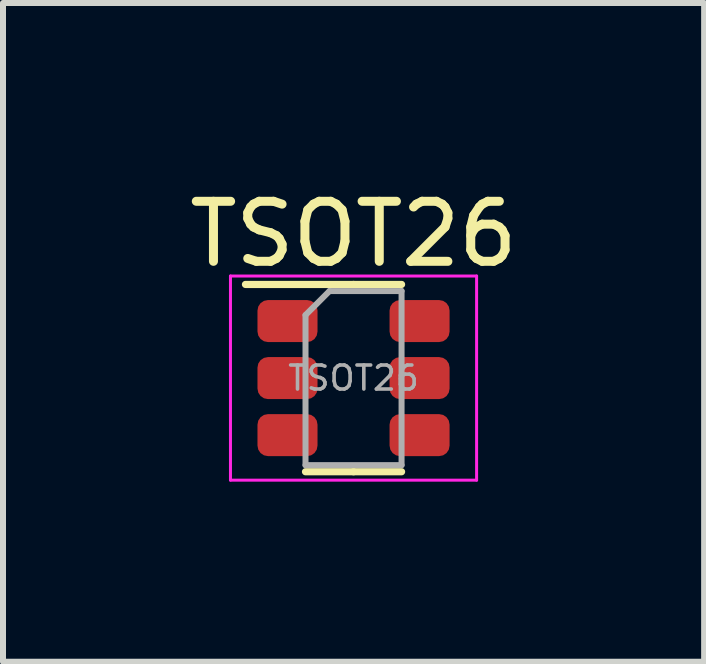
<source format=kicad_pcb>
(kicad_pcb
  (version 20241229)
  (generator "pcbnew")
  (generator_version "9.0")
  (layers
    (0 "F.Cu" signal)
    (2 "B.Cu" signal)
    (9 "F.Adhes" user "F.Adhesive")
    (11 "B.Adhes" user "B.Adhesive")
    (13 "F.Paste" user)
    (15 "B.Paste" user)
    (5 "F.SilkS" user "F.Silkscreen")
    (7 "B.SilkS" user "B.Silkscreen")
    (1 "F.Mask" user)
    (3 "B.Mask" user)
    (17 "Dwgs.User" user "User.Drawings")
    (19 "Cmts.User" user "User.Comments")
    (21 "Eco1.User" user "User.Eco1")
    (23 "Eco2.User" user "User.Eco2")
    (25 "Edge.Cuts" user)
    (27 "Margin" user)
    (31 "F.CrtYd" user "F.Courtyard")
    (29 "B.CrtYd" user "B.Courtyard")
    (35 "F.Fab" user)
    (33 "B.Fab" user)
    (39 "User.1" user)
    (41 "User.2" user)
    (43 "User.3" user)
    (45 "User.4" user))
  (footprint "TSOT26"
    (layer "F.Cu")
    (at 2.839 3.248)
    (property "Reference" "TSOT26" (at 0 -2.4 0) (layer "F.SilkS") (effects (font (size 1 1) (thickness 0.15))))
    (attr smd)
    (fp_line (start 0 -1.56) (end -1.8 -1.56) (stroke (width 0.12) (type solid)) (layer "F.SilkS"))
    (fp_line (start 0 -1.56) (end 0.8 -1.56) (stroke (width 0.12) (type solid)) (layer "F.SilkS"))
    (fp_line (start 0 1.56) (end -0.8 1.56) (stroke (width 0.12) (type solid)) (layer "F.SilkS"))
    (fp_line (start 0 1.56) (end 0.8 1.56) (stroke (width 0.12) (type solid)) (layer "F.SilkS"))
    (fp_line (start -2.05 -1.7) (end -2.05 1.7) (stroke (width 0.05) (type solid)) (layer "F.CrtYd"))
    (fp_line (start -2.05 1.7) (end 2.05 1.7) (stroke (width 0.05) (type solid)) (layer "F.CrtYd"))
    (fp_line (start 2.05 -1.7) (end -2.05 -1.7) (stroke (width 0.05) (type solid)) (layer "F.CrtYd"))
    (fp_line (start 2.05 1.7) (end 2.05 -1.7) (stroke (width 0.05) (type solid)) (layer "F.CrtYd"))
    (fp_line (start -0.8 -1.05) (end -0.4 -1.45) (stroke (width 0.1) (type solid)) (layer "F.Fab"))
    (fp_line (start -0.8 1.45) (end -0.8 -1.05) (stroke (width 0.1) (type solid)) (layer "F.Fab"))
    (fp_line (start -0.4 -1.45) (end 0.8 -1.45) (stroke (width 0.1) (type solid)) (layer "F.Fab"))
    (fp_line (start 0.8 -1.45) (end 0.8 1.45) (stroke (width 0.1) (type solid)) (layer "F.Fab"))
    (fp_line (start 0.8 1.45) (end -0.8 1.45) (stroke (width 0.1) (type solid)) (layer "F.Fab"))
    (fp_text user "${REFERENCE}" (at 0 0 0) (layer "F.Fab") (effects (font (size 0.4 0.4) (thickness 0.06))))
    (pad "1" smd roundrect (at -1.1 -0.95) (size 1 0.7) (layers "F.Cu" "F.Mask" "F.Paste") (roundrect_rratio 0.25))
    (pad "2" smd roundrect (at -1.1 0) (size 1 0.7) (layers "F.Cu" "F.Mask" "F.Paste") (roundrect_rratio 0.25))
    (pad "3" smd roundrect (at -1.1 0.95) (size 1 0.7) (layers "F.Cu" "F.Mask" "F.Paste") (roundrect_rratio 0.25))
    (pad "4" smd roundrect (at 1.1 0.95) (size 1 0.7) (layers "F.Cu" "F.Mask" "F.Paste") (roundrect_rratio 0.25))
    (pad "5" smd roundrect (at 1.1 0) (size 1 0.7) (layers "F.Cu" "F.Mask" "F.Paste") (roundrect_rratio 0.25))
    (pad "6" smd roundrect (at 1.1 -0.95) (size 1 0.7) (layers "F.Cu" "F.Mask" "F.Paste") (roundrect_rratio 0.25)))
  (gr_rect
    (start -3 -3)
    (end 8.679 7.973)
    (stroke (width 0.1) (type default))
    (fill no)
    (layer "Edge.Cuts")))
</source>
